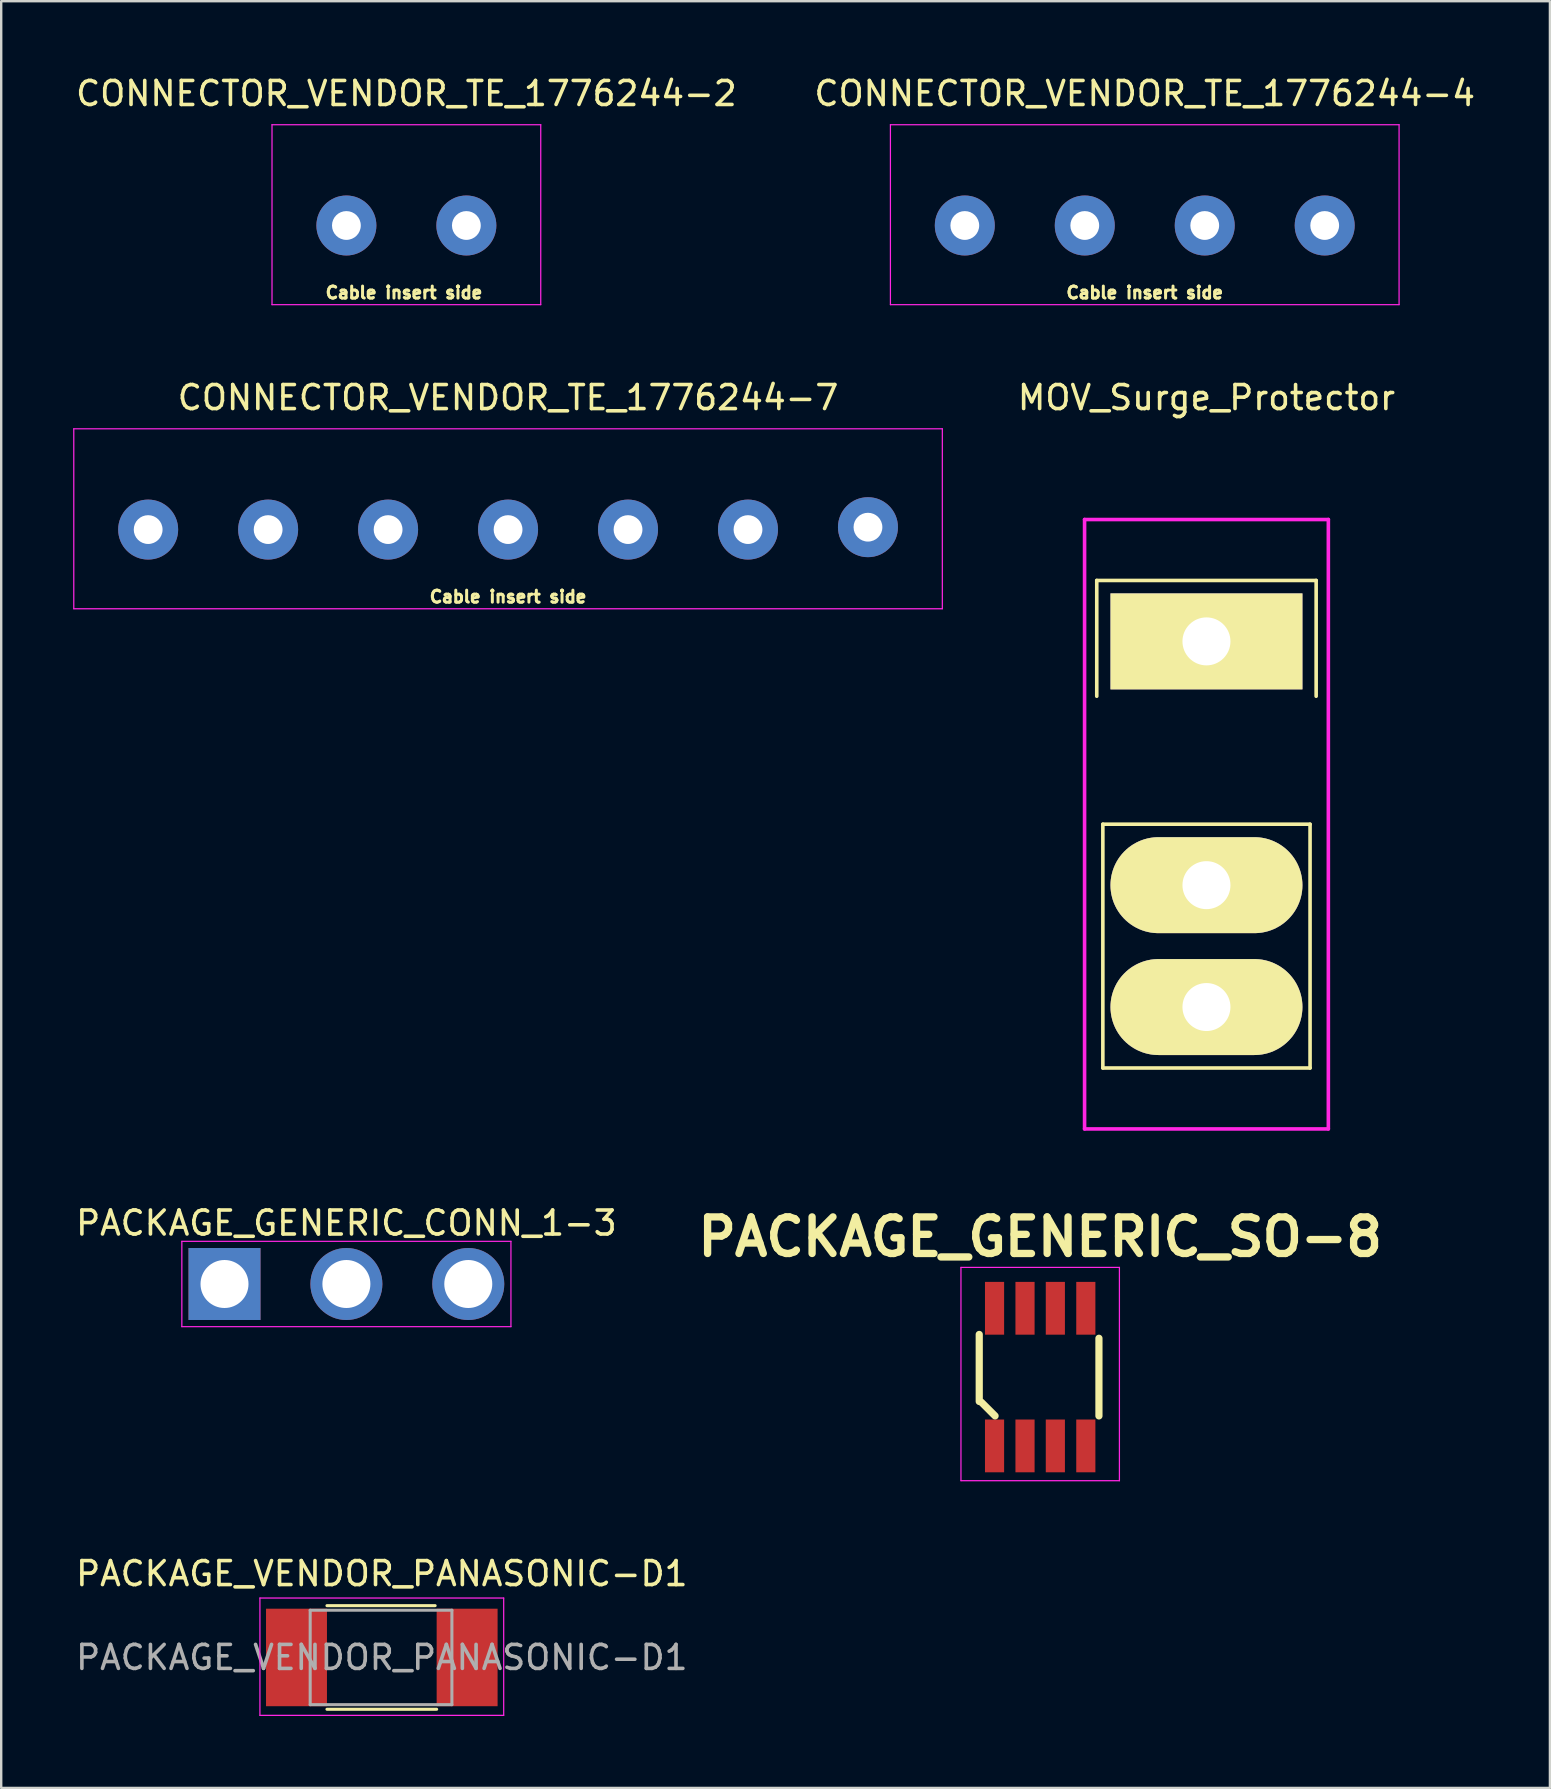
<source format=kicad_pcb>
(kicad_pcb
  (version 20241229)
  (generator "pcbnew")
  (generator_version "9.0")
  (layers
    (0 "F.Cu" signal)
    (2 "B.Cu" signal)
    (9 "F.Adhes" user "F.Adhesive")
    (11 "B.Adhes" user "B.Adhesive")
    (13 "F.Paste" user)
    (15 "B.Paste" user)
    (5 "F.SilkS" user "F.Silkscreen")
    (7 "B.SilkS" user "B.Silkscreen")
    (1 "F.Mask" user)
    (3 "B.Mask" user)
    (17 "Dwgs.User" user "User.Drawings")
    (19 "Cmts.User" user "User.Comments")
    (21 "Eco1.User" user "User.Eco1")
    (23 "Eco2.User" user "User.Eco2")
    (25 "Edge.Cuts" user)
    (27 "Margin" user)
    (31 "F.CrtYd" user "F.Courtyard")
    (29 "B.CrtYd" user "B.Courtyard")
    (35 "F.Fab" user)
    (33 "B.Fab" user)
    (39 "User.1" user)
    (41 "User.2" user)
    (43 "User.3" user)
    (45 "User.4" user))
  (footprint "PACKAGE_GENERIC_SO-8"
    (layer "F.Cu")
    (at 40.303 54.345)
    (property "Reference" "PACKAGE_GENERIC_SO-8" (at 0 -5.842 0) (layer "F.SilkS") (effects (font (size 1.524 1.524) (thickness 0.305))))
    (attr through_hole)
    (fp_line (start -2.54 1.016) (end -2.54 -1.778) (stroke (width 0.3) (type solid)) (layer "F.SilkS"))
    (fp_line (start -2.449 1.049) (end -1.88 1.618) (stroke (width 0.3) (type solid)) (layer "F.SilkS"))
    (fp_line (start 2.449 -1.618) (end 2.449 1.618) (stroke (width 0.3) (type solid)) (layer "F.SilkS"))
    (fp_line (start -3.302 -4.572) (end 3.302 -4.572) (stroke (width 0.051) (type solid)) (layer "F.CrtYd"))
    (fp_line (start -3.302 4.318) (end -3.302 -4.572) (stroke (width 0.051) (type solid)) (layer "F.CrtYd"))
    (fp_line (start 3.302 -4.572) (end 3.302 4.318) (stroke (width 0.051) (type solid)) (layer "F.CrtYd"))
    (fp_line (start 3.302 4.318) (end -3.302 4.318) (stroke (width 0.051) (type solid)) (layer "F.CrtYd"))
    (pad "1" smd rect (at -1.902 2.868 180) (size 0.798 2.2) (layers "F.Cu" "F.Mask" "F.Paste"))
    (pad "2" smd rect (at -0.632 2.868 180) (size 0.798 2.2) (layers "F.Cu" "F.Mask" "F.Paste"))
    (pad "3" smd rect (at 0.632 2.868 180) (size 0.798 2.2) (layers "F.Cu" "F.Mask" "F.Paste"))
    (pad "4" smd rect (at 1.902 2.868 180) (size 0.798 2.2) (layers "F.Cu" "F.Mask" "F.Paste"))
    (pad "5" smd rect (at 1.902 -2.868) (size 0.798 2.2) (layers "F.Cu" "F.Mask" "F.Paste"))
    (pad "6" smd rect (at 0.632 -2.868) (size 0.798 2.2) (layers "F.Cu" "F.Mask" "F.Paste"))
    (pad "7" smd rect (at -0.632 -2.868) (size 0.798 2.2) (layers "F.Cu" "F.Mask" "F.Paste"))
    (pad "8" smd rect (at -1.902 -2.868) (size 0.798 2.2) (layers "F.Cu" "F.Mask" "F.Paste")))
  (footprint "CONNECTOR_VENDOR_TE_1776244-2"
    (layer "F.Cu")
    (at 13.887 6.348)
    (property "Reference" "CONNECTOR_VENDOR_TE_1776244-2" (at 0 -5.5 0) (layer "F.SilkS") (effects (font (size 1 1) (thickness 0.15))))
    (attr through_hole)
    (fp_line (start -5.6 -4.2) (end 5.6 -4.2) (stroke (width 0.051) (type solid)) (layer "F.CrtYd"))
    (fp_line (start -5.6 3.3) (end -5.6 -4.2) (stroke (width 0.051) (type solid)) (layer "F.CrtYd"))
    (fp_line (start 5.6 -4.2) (end 5.6 3.3) (stroke (width 0.051) (type solid)) (layer "F.CrtYd"))
    (fp_line (start 5.6 3.3) (end -5.6 3.3) (stroke (width 0.051) (type solid)) (layer "F.CrtYd"))
    (fp_text user "Cable insert side" (at -0.1 2.8 0) (layer "F.SilkS") (effects (font (size 0.5 0.5) (thickness 0.125))))
    (pad "1" thru_hole circle (at -2.5 0) (size 2.5 2.5) (drill 1.2) (layers "*.Cu" "*.Mask"))
    (pad "2" thru_hole circle (at 2.5 0) (size 2.5 2.5) (drill 1.2) (layers "*.Cu" "*.Mask")))
  (footprint "PACKAGE_GENERIC_CONN_1-3"
    (layer "F.Cu")
    (at 11.387 50.465)
    (property "Reference" "PACKAGE_GENERIC_CONN_1-3" (at 0 -2.54 0) (layer "F.SilkS") (effects (font (size 1 1) (thickness 0.15))))
    (attr through_hole)
    (fp_line (start -6.858 -1.778) (end 6.858 -1.778) (stroke (width 0.051) (type solid)) (layer "F.CrtYd"))
    (fp_line (start -6.858 1.778) (end -6.858 -1.778) (stroke (width 0.051) (type solid)) (layer "F.CrtYd"))
    (fp_line (start 6.858 -1.778) (end 6.858 1.778) (stroke (width 0.051) (type solid)) (layer "F.CrtYd"))
    (fp_line (start 6.858 1.778) (end -6.858 1.778) (stroke (width 0.051) (type solid)) (layer "F.CrtYd"))
    (pad "1" thru_hole rect (at -5.08 0) (size 3 3) (drill 2) (layers "*.Cu" "*.Mask"))
    (pad "2" thru_hole circle (at 0 0) (size 3 3) (drill 2) (layers "*.Cu" "*.Mask"))
    (pad "3" thru_hole circle (at 5.08 0) (size 3 3) (drill 2) (layers "*.Cu" "*.Mask")))
  (footprint "CONNECTOR_VENDOR_TE_1776244-4"
    (layer "F.Cu")
    (at 44.661 6.348)
    (property "Reference" "CONNECTOR_VENDOR_TE_1776244-4" (at 0 -5.5 0) (layer "F.SilkS") (effects (font (size 1 1) (thickness 0.15))))
    (attr through_hole)
    (fp_line (start -10.6 -4.2) (end 10.6 -4.2) (stroke (width 0.051) (type solid)) (layer "F.CrtYd"))
    (fp_line (start -10.6 3.3) (end -10.6 -4.2) (stroke (width 0.051) (type solid)) (layer "F.CrtYd"))
    (fp_line (start -10.6 3.3) (end 10.6 3.3) (stroke (width 0.051) (type solid)) (layer "F.CrtYd"))
    (fp_line (start 10.6 -4.2) (end 10.6 3.3) (stroke (width 0.051) (type solid)) (layer "F.CrtYd"))
    (fp_text user "Cable insert side" (at 0 2.8 0) (layer "F.SilkS") (effects (font (size 0.5 0.5) (thickness 0.125))))
    (pad "1" thru_hole circle (at -7.5 0) (size 2.5 2.5) (drill 1.2) (layers "*.Cu" "*.Mask"))
    (pad "2" thru_hole circle (at -2.5 0) (size 2.5 2.5) (drill 1.2) (layers "*.Cu" "*.Mask"))
    (pad "3" thru_hole circle (at 2.5 0) (size 2.5 2.5) (drill 1.2) (layers "*.Cu" "*.Mask"))
    (pad "4" thru_hole circle (at 7.5 0) (size 2.5 2.5) (drill 1.2) (layers "*.Cu" "*.Mask")))
  (footprint "CONNECTOR_VENDOR_TE_1776244-7"
    (layer "F.Cu")
    (at 18.125 19.022)
    (property "Reference" "CONNECTOR_VENDOR_TE_1776244-7" (at 0 -5.5 0) (layer "F.SilkS") (effects (font (size 1 1) (thickness 0.15))))
    (attr through_hole)
    (fp_line (start -18.1 -4.2) (end 18.1 -4.2) (stroke (width 0.051) (type solid)) (layer "F.CrtYd"))
    (fp_line (start -18.1 3.3) (end -18.1 -4.2) (stroke (width 0.051) (type solid)) (layer "F.CrtYd"))
    (fp_line (start -18.1 3.3) (end 18.1 3.3) (stroke (width 0.051) (type solid)) (layer "F.CrtYd"))
    (fp_line (start 18.1 -4.2) (end 18.1 3.3) (stroke (width 0.051) (type solid)) (layer "F.CrtYd"))
    (fp_text user "Cable insert side" (at 0 2.8 0) (layer "F.SilkS") (effects (font (size 0.5 0.5) (thickness 0.125))))
    (pad "1" thru_hole circle (at -15 0) (size 2.5 2.5) (drill 1.2) (layers "*.Cu" "*.Mask"))
    (pad "2" thru_hole circle (at -10 0) (size 2.5 2.5) (drill 1.2) (layers "*.Cu" "*.Mask"))
    (pad "3" thru_hole circle (at -5 0) (size 2.5 2.5) (drill 1.2) (layers "*.Cu" "*.Mask"))
    (pad "4" thru_hole circle (at 0 0) (size 2.5 2.5) (drill 1.2) (layers "*.Cu" "*.Mask"))
    (pad "5" thru_hole circle (at 5 0) (size 2.5 2.5) (drill 1.2) (layers "*.Cu" "*.Mask"))
    (pad "6" thru_hole circle (at 10 0) (size 2.5 2.5) (drill 1.2) (layers "*.Cu" "*.Mask"))
    (pad "7" thru_hole circle (at 15 -0.1) (size 2.5 2.5) (drill 1.2) (layers "*.Cu" "*.Mask")))
  (footprint "PACKAGE_VENDOR_PANASONIC-D1"
    (layer "F.Cu")
    (at 12.863 66.03)
    (property "Reference" "PACKAGE_VENDOR_PANASONIC-D1" (at 0 -3.493 0) (layer "F.SilkS") (effects (font (size 1 1) (thickness 0.15))))
    (attr smd)
    (fp_line (start -2.286 -2.159) (end 2.223 -2.159) (stroke (width 0.127) (type solid)) (layer "F.SilkS"))
    (fp_line (start -2.286 2.159) (end 2.286 2.159) (stroke (width 0.127) (type solid)) (layer "F.SilkS"))
    (fp_line (start -5.08 -2.477) (end 5.08 -2.477) (stroke (width 0.051) (type solid)) (layer "F.CrtYd"))
    (fp_line (start -5.08 2.413) (end -5.08 -2.477) (stroke (width 0.051) (type solid)) (layer "F.CrtYd"))
    (fp_line (start 5.08 -2.477) (end 5.08 2.413) (stroke (width 0.051) (type solid)) (layer "F.CrtYd"))
    (fp_line (start 5.08 2.413) (end -5.08 2.413) (stroke (width 0.051) (type solid)) (layer "F.CrtYd"))
    (fp_line (start -2.985 -1.968) (end 2.921 -1.968) (stroke (width 0.127) (type solid)) (layer "F.Fab"))
    (fp_line (start -2.985 1.968) (end -2.985 -1.968) (stroke (width 0.127) (type solid)) (layer "F.Fab"))
    (fp_line (start 2.921 -1.968) (end 2.921 1.968) (stroke (width 0.127) (type solid)) (layer "F.Fab"))
    (fp_line (start 2.921 1.968) (end -2.985 1.968) (stroke (width 0.127) (type solid)) (layer "F.Fab"))
    (fp_text user "${REFERENCE}" (at 0 0 0) (layer "F.Fab") (effects (font (size 1 1) (thickness 0.15))))
    (pad "1" smd rect (at -3.556 0) (size 2.54 4.064) (layers "F.Cu" "F.Mask" "F.Paste"))
    (pad "2" smd rect (at 3.556 0) (size 2.54 4.064) (layers "F.Cu" "F.Mask" "F.Paste")))
  (footprint "MOV_Surge_Protector"
    (layer "F.Cu")
    (at 47.233 23.682)
    (property "Reference" "MOV_Surge_Protector" (at 0 -10.16 0) (layer "F.SilkS") (effects (font (size 1 1) (thickness 0.15))))
    (attr through_hole)
    (fp_line (start -4.572 -2.54) (end -4.572 2.286) (stroke (width 0.15) (type solid)) (layer "F.SilkS"))
    (fp_line (start -4.572 -2.54) (end 4.572 -2.54) (stroke (width 0.15) (type solid)) (layer "F.SilkS"))
    (fp_line (start -4.318 7.62) (end -4.318 17.78) (stroke (width 0.15) (type solid)) (layer "F.SilkS"))
    (fp_line (start -4.318 17.78) (end 4.318 17.78) (stroke (width 0.15) (type solid)) (layer "F.SilkS"))
    (fp_line (start 4.318 7.62) (end -4.318 7.62) (stroke (width 0.15) (type solid)) (layer "F.SilkS"))
    (fp_line (start 4.318 17.78) (end 4.318 7.62) (stroke (width 0.15) (type solid)) (layer "F.SilkS"))
    (fp_line (start 4.572 -2.54) (end 4.572 2.286) (stroke (width 0.15) (type solid)) (layer "F.SilkS"))
    (fp_line (start -5.08 -5.08) (end -5.08 20.32) (stroke (width 0.15) (type solid)) (layer "F.CrtYd"))
    (fp_line (start -5.08 20.32) (end 5.08 20.32) (stroke (width 0.15) (type solid)) (layer "F.CrtYd"))
    (fp_line (start 5.08 -5.08) (end -5.08 -5.08) (stroke (width 0.15) (type solid)) (layer "F.CrtYd"))
    (fp_line (start 5.08 20.32) (end 5.08 -5.08) (stroke (width 0.15) (type solid)) (layer "F.CrtYd"))
    (pad "1" thru_hole rect (at 0 0) (size 8 4) (drill 2) (layers "*.Cu" "*.Mask" "F.SilkS"))
    (pad "2" thru_hole oval (at 0 10.16) (size 8 4) (drill 2) (layers "*.Cu" "*.Mask" "F.SilkS"))
    (pad "3" thru_hole oval (at 0 15.24) (size 8 4) (drill 2) (layers "*.Cu" "*.Mask" "F.SilkS")))
  (gr_rect
    (start -3 -3)
    (end 61.548 71.468)
    (stroke (width 0.1) (type default))
    (fill no)
    (layer "Edge.Cuts")))
</source>
